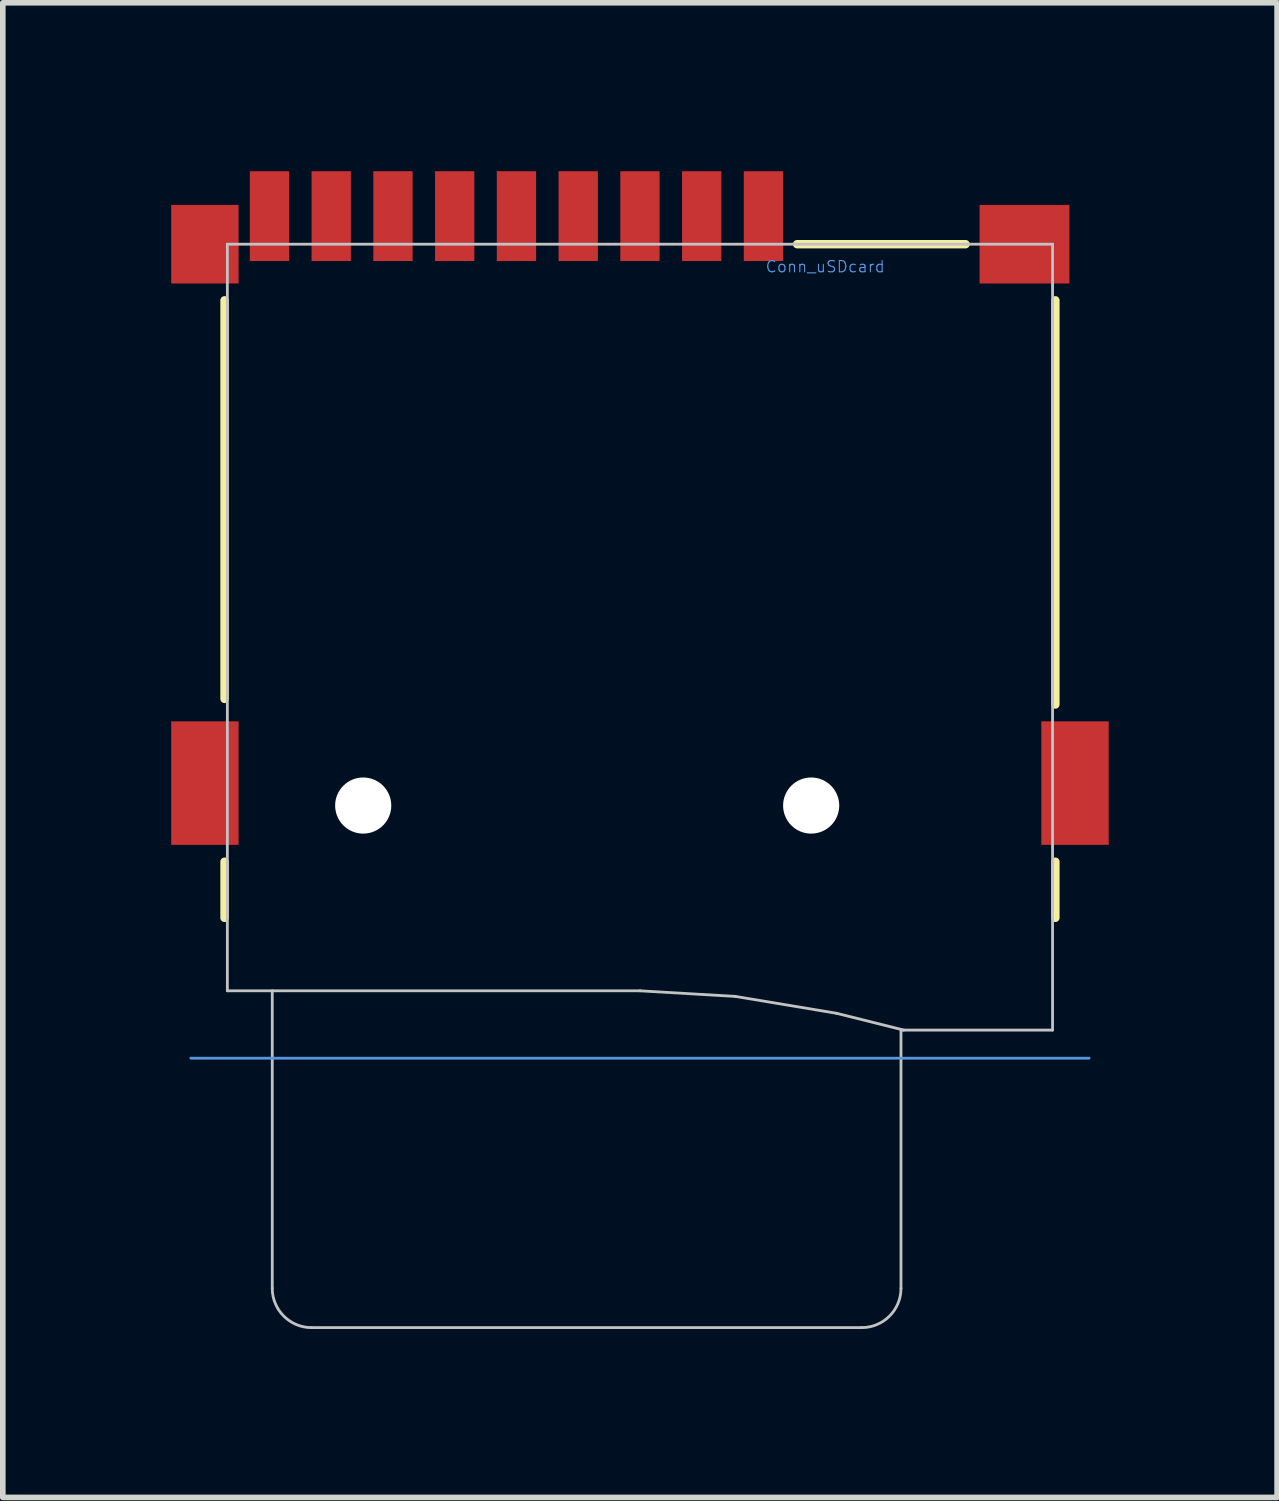
<source format=kicad_pcb>
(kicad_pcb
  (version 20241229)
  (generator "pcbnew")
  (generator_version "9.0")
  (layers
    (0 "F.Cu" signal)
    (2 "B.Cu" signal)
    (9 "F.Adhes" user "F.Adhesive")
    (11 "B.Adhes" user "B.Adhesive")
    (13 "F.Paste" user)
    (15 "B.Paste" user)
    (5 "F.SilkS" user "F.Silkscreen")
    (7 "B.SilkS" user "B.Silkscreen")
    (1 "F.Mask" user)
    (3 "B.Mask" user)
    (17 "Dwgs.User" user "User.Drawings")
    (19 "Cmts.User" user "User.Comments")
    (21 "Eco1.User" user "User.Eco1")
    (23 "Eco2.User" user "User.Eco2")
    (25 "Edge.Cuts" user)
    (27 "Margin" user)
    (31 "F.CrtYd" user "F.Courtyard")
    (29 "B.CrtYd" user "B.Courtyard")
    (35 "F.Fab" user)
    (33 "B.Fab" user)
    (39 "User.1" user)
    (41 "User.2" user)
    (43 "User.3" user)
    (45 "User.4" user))
  (footprint "Conn_uSDcard"
    (layer "F.Cu")
    (at 8.35 11.3)
    (property "Reference" "Conn_uSDcard" (at 3.3 -9.6 180) (layer "Cmts.User") (effects (font (size 0.2 0.2) (thickness 0.02))))
    (attr through_hole)
    (fp_line (start -7.4 -1.9) (end -7.4 -9) (stroke (width 0.15) (type solid)) (layer "F.SilkS"))
    (fp_line (start -7.4 2) (end -7.4 1) (stroke (width 0.15) (type solid)) (layer "F.SilkS"))
    (fp_line (start 2.8 -10) (end 5.8 -10) (stroke (width 0.15) (type solid)) (layer "F.SilkS"))
    (fp_line (start 7.4 -9) (end 7.4 -1.8) (stroke (width 0.15) (type solid)) (layer "F.SilkS"))
    (fp_line (start 7.4 1) (end 7.4 2) (stroke (width 0.15) (type solid)) (layer "F.SilkS"))
    (fp_line (start -7.35 -10) (end -7.35 3.3) (stroke (width 0.05) (type solid)) (layer "Dwgs.User"))
    (fp_line (start -7.35 -10) (end 7.35 -10) (stroke (width 0.05) (type solid)) (layer "Dwgs.User"))
    (fp_line (start -7.35 3.3) (end 0 3.3) (stroke (width 0.05) (type solid)) (layer "Dwgs.User"))
    (fp_line (start -6.55 8.6) (end -6.55 3.3) (stroke (width 0.05) (type solid)) (layer "Dwgs.User"))
    (fp_line (start -5.85 9.3) (end 3.95 9.3) (stroke (width 0.05) (type solid)) (layer "Dwgs.User"))
    (fp_line (start 0 3.3) (end 1.7 3.4) (stroke (width 0.05) (type solid)) (layer "Dwgs.User"))
    (fp_line (start 1.7 3.4) (end 3.5 3.7) (stroke (width 0.05) (type solid)) (layer "Dwgs.User"))
    (fp_line (start 3.5 3.7) (end 4.7 4) (stroke (width 0.05) (type solid)) (layer "Dwgs.User"))
    (fp_line (start 4.65 4) (end 7.35 4) (stroke (width 0.05) (type solid)) (layer "Dwgs.User"))
    (fp_line (start 4.65 8.6) (end 4.65 4) (stroke (width 0.05) (type solid)) (layer "Dwgs.User"))
    (fp_line (start 7.35 -10) (end 7.35 4) (stroke (width 0.05) (type solid)) (layer "Dwgs.User"))
    (fp_arc (start -5.85 9.3) (mid -6.344975 9.094975) (end -6.55 8.6) (stroke (width 0.05) (type solid)) (layer "Dwgs.User"))
    (fp_arc (start 4.65 8.6) (mid 4.444975 9.094975) (end 3.95 9.3) (stroke (width 0.05) (type solid)) (layer "Dwgs.User"))
    (fp_line (start 8 4.5) (end -8 4.5) (stroke (width 0.05) (type solid)) (layer "Cmts.User"))
    (pad "" np_thru_hole circle (at -4.93 0) (size 1 1) (drill 1) (layers "*.Cu"))
    (pad "" np_thru_hole circle (at 3.05 0) (size 1 1) (drill 1) (layers "*.Cu"))
    (pad "1" smd rect (at 2.2 -10.5) (size 0.7 1.6) (layers "F.Cu" "F.Mask" "F.Paste"))
    (pad "2" smd rect (at 1.1 -10.5) (size 0.7 1.6) (layers "F.Cu" "F.Mask" "F.Paste"))
    (pad "3" smd rect (at 0 -10.5) (size 0.7 1.6) (layers "F.Cu" "F.Mask" "F.Paste"))
    (pad "4" smd rect (at -1.1 -10.5) (size 0.7 1.6) (layers "F.Cu" "F.Mask" "F.Paste"))
    (pad "5" smd rect (at -2.2 -10.5) (size 0.7 1.6) (layers "F.Cu" "F.Mask" "F.Paste"))
    (pad "6" smd rect (at -3.3 -10.5) (size 0.7 1.6) (layers "F.Cu" "F.Mask" "F.Paste"))
    (pad "7" smd rect (at -4.4 -10.5) (size 0.7 1.6) (layers "F.Cu" "F.Mask" "F.Paste"))
    (pad "8" smd rect (at -5.5 -10.5) (size 0.7 1.6) (layers "F.Cu" "F.Mask" "F.Paste"))
    (pad "9" smd rect (at -6.6 -10.5) (size 0.7 1.6) (layers "F.Cu" "F.Mask" "F.Paste"))
    (pad "SH" smd rect (at -7.75 -10) (size 1.2 1.4) (layers "F.Cu" "F.Mask" "F.Paste"))
    (pad "SH" smd rect (at -7.75 -0.4) (size 1.2 2.2) (layers "F.Cu" "F.Mask" "F.Paste"))
    (pad "SH" smd rect (at 6.85 -10) (size 1.6 1.4) (layers "F.Cu" "F.Mask" "F.Paste"))
    (pad "SH" smd rect (at 7.75 -0.4) (size 1.2 2.2) (layers "F.Cu" "F.Mask" "F.Paste")))
  (gr_rect
    (start -3 -3)
    (end 19.7 23.625)
    (stroke (width 0.1) (type default))
    (fill no)
    (layer "Edge.Cuts")))
</source>
